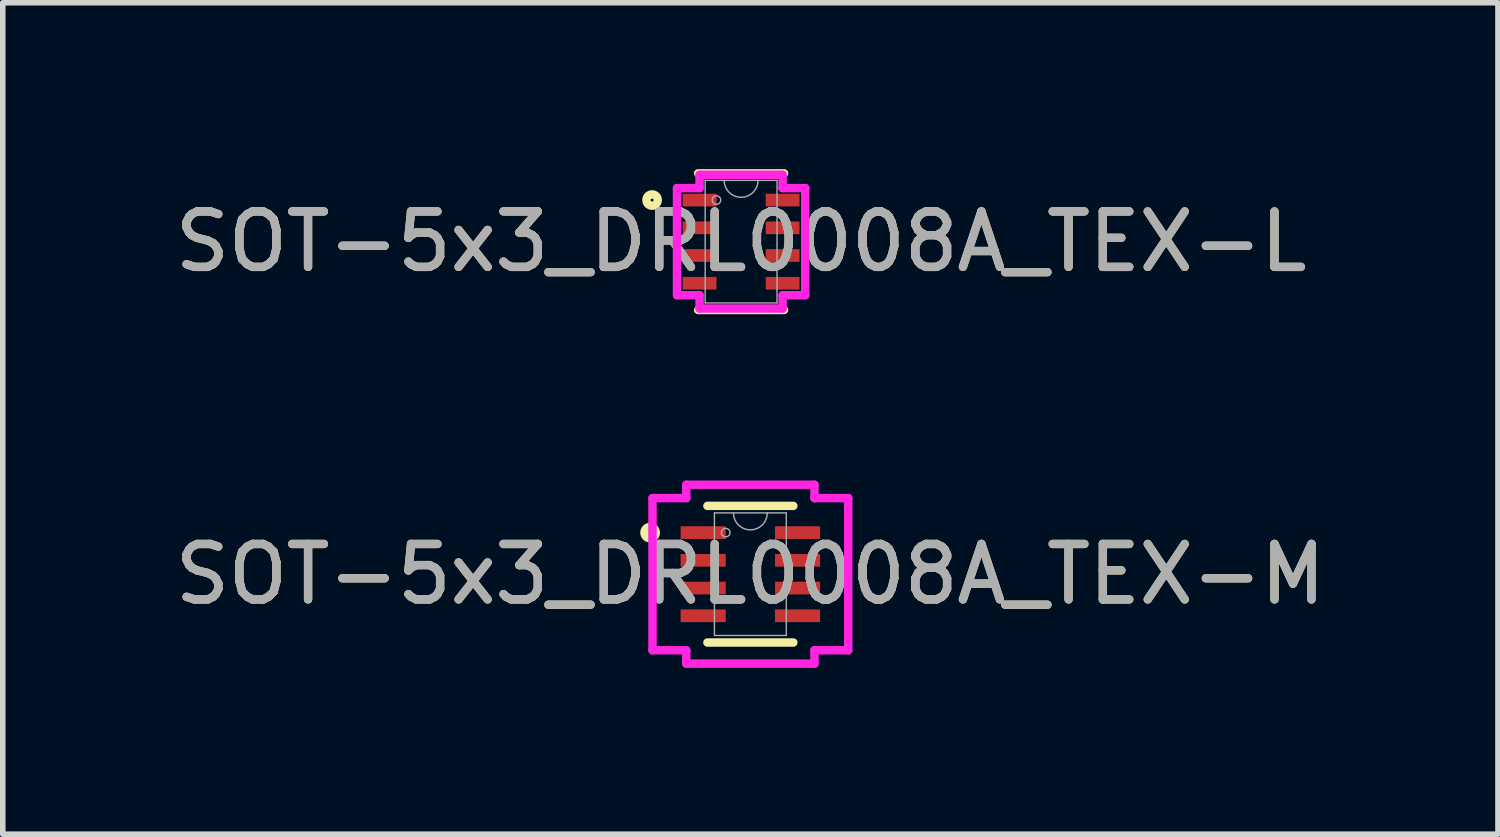
<source format=kicad_pcb>
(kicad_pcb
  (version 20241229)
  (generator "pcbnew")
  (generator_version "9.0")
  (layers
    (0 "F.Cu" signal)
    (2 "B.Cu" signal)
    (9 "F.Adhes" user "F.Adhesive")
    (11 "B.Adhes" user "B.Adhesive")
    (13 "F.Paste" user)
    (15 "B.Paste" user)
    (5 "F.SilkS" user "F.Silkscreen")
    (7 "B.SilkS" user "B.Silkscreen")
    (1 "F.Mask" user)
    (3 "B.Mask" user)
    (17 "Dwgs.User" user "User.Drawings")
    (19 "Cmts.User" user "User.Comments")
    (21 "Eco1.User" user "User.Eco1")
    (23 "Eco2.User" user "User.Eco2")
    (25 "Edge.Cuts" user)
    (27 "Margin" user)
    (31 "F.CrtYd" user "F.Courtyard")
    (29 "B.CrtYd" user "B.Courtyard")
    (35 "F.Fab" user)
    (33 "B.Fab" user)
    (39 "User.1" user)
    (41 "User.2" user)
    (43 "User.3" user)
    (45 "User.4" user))
  (footprint "SOT-5x3_DRL0008A_TEX-M"
    (layer "F.Cu")
    (at 10.482 7.305)
    (property "Reference" "SOT-5x3_DRL0008A_TEX-M" (at 0 0 0) (unlocked yes) (layer "F.SilkS") (effects (font (size 1 1) (thickness 0.15))))
    (attr smd)
    (fp_line (start -0.775 1.232) (end 0.775 1.232) (stroke (width 0.152) (type solid)) (layer "F.SilkS"))
    (fp_line (start 0.775 -1.232) (end -0.775 -1.232) (stroke (width 0.152) (type solid)) (layer "F.SilkS"))
    (fp_circle (center -1.808 -0.75) (end -1.706 -0.75) (stroke (width 0.152) (type solid)) (fill no) (layer "F.SilkS"))
    (fp_line (start -1.765 -1.372) (end -1.156 -1.372) (stroke (width 0.152) (type solid)) (layer "F.CrtYd"))
    (fp_line (start -1.765 1.372) (end -1.765 -1.372) (stroke (width 0.152) (type solid)) (layer "F.CrtYd"))
    (fp_line (start -1.765 1.372) (end -1.156 1.372) (stroke (width 0.152) (type solid)) (layer "F.CrtYd"))
    (fp_line (start -1.156 -1.613) (end 1.156 -1.613) (stroke (width 0.152) (type solid)) (layer "F.CrtYd"))
    (fp_line (start -1.156 -1.372) (end -1.156 -1.613) (stroke (width 0.152) (type solid)) (layer "F.CrtYd"))
    (fp_line (start -1.156 1.613) (end -1.156 1.372) (stroke (width 0.152) (type solid)) (layer "F.CrtYd"))
    (fp_line (start 1.156 -1.613) (end 1.156 -1.372) (stroke (width 0.152) (type solid)) (layer "F.CrtYd"))
    (fp_line (start 1.156 1.372) (end 1.156 1.613) (stroke (width 0.152) (type solid)) (layer "F.CrtYd"))
    (fp_line (start 1.156 1.613) (end -1.156 1.613) (stroke (width 0.152) (type solid)) (layer "F.CrtYd"))
    (fp_line (start 1.765 -1.372) (end 1.156 -1.372) (stroke (width 0.152) (type solid)) (layer "F.CrtYd"))
    (fp_line (start 1.765 -1.372) (end 1.765 1.372) (stroke (width 0.152) (type solid)) (layer "F.CrtYd"))
    (fp_line (start 1.765 1.372) (end 1.156 1.372) (stroke (width 0.152) (type solid)) (layer "F.CrtYd"))
    (fp_line (start -0.648 -1.105) (end -0.648 1.105) (stroke (width 0.025) (type solid)) (layer "F.Fab"))
    (fp_line (start -0.648 1.105) (end 0.648 1.105) (stroke (width 0.025) (type solid)) (layer "F.Fab"))
    (fp_line (start 0.648 -1.105) (end -0.648 -1.105) (stroke (width 0.025) (type solid)) (layer "F.Fab"))
    (fp_line (start 0.648 1.105) (end 0.648 -1.105) (stroke (width 0.025) (type solid)) (layer "F.Fab"))
    (fp_arc (start 0.3048 -1.1049) (mid 0 -0.8001) (end -0.3048 -1.1049) (stroke (width 0.0254) (type solid)) (layer "F.Fab"))
    (fp_circle (center -0.445 -0.75) (end -0.368 -0.75) (stroke (width 0.025) (type solid)) (fill no) (layer "F.Fab"))
    (fp_text user "${REFERENCE}" (at 0 0 0) (unlocked yes) (layer "F.Fab") (effects (font (size 1 1) (thickness 0.15))))
    (pad "1" smd rect (at -0.851 -0.75) (size 0.813 0.229) (layers "F.Cu" "F.Mask" "F.Paste"))
    (pad "2" smd rect (at -0.851 -0.25) (size 0.813 0.229) (layers "F.Cu" "F.Mask" "F.Paste"))
    (pad "3" smd rect (at -0.851 0.25) (size 0.813 0.229) (layers "F.Cu" "F.Mask" "F.Paste"))
    (pad "4" smd rect (at -0.851 0.75) (size 0.813 0.229) (layers "F.Cu" "F.Mask" "F.Paste"))
    (pad "5" smd rect (at 0.851 0.75) (size 0.813 0.229) (layers "F.Cu" "F.Mask" "F.Paste"))
    (pad "6" smd rect (at 0.851 0.25) (size 0.813 0.229) (layers "F.Cu" "F.Mask" "F.Paste"))
    (pad "7" smd rect (at 0.851 -0.25) (size 0.813 0.229) (layers "F.Cu" "F.Mask" "F.Paste"))
    (pad "8" smd rect (at 0.851 -0.75) (size 0.813 0.229) (layers "F.Cu" "F.Mask" "F.Paste")))
  (footprint "SOT-5x3_DRL0008A_TEX-L"
    (layer "F.Cu")
    (at 10.315 1.308)
    (property "Reference" "SOT-5x3_DRL0008A_TEX-L" (at 0 0 0) (unlocked yes) (layer "F.SilkS") (effects (font (size 1 1) (thickness 0.15))))
    (attr smd)
    (fp_line (start -0.775 1.232) (end 0.775 1.232) (stroke (width 0.152) (type solid)) (layer "F.SilkS"))
    (fp_line (start 0.775 -1.232) (end -0.775 -1.232) (stroke (width 0.152) (type solid)) (layer "F.SilkS"))
    (fp_circle (center -1.605 -0.75) (end -1.503 -0.75) (stroke (width 0.152) (type solid)) (fill no) (layer "F.SilkS"))
    (fp_line (start -1.156 -0.966) (end -0.749 -0.966) (stroke (width 0.152) (type solid)) (layer "F.CrtYd"))
    (fp_line (start -1.156 0.966) (end -1.156 -0.966) (stroke (width 0.152) (type solid)) (layer "F.CrtYd"))
    (fp_line (start -1.156 0.966) (end -0.749 0.966) (stroke (width 0.152) (type solid)) (layer "F.CrtYd"))
    (fp_line (start -0.749 -1.206) (end 0.749 -1.206) (stroke (width 0.152) (type solid)) (layer "F.CrtYd"))
    (fp_line (start -0.749 -0.966) (end -0.749 -1.206) (stroke (width 0.152) (type solid)) (layer "F.CrtYd"))
    (fp_line (start -0.749 1.206) (end -0.749 0.966) (stroke (width 0.152) (type solid)) (layer "F.CrtYd"))
    (fp_line (start 0.749 -1.206) (end 0.749 -0.966) (stroke (width 0.152) (type solid)) (layer "F.CrtYd"))
    (fp_line (start 0.749 0.966) (end 0.749 1.206) (stroke (width 0.152) (type solid)) (layer "F.CrtYd"))
    (fp_line (start 0.749 1.206) (end -0.749 1.206) (stroke (width 0.152) (type solid)) (layer "F.CrtYd"))
    (fp_line (start 1.156 -0.966) (end 0.749 -0.966) (stroke (width 0.152) (type solid)) (layer "F.CrtYd"))
    (fp_line (start 1.156 -0.966) (end 1.156 0.966) (stroke (width 0.152) (type solid)) (layer "F.CrtYd"))
    (fp_line (start 1.156 0.966) (end 0.749 0.966) (stroke (width 0.152) (type solid)) (layer "F.CrtYd"))
    (fp_line (start -0.648 -1.105) (end -0.648 1.105) (stroke (width 0.025) (type solid)) (layer "F.Fab"))
    (fp_line (start -0.648 1.105) (end 0.648 1.105) (stroke (width 0.025) (type solid)) (layer "F.Fab"))
    (fp_line (start 0.648 -1.105) (end -0.648 -1.105) (stroke (width 0.025) (type solid)) (layer "F.Fab"))
    (fp_line (start 0.648 1.105) (end 0.648 -1.105) (stroke (width 0.025) (type solid)) (layer "F.Fab"))
    (fp_arc (start 0.3048 -1.1049) (mid 0 -0.8001) (end -0.3048 -1.1049) (stroke (width 0.0254) (type solid)) (layer "F.Fab"))
    (fp_circle (center -0.445 -0.75) (end -0.368 -0.75) (stroke (width 0.025) (type solid)) (fill no) (layer "F.Fab"))
    (fp_text user "${REFERENCE}" (at 0 0 0) (unlocked yes) (layer "F.Fab") (effects (font (size 1 1) (thickness 0.15))))
    (pad "1" smd rect (at -0.749 -0.75) (size 0.61 0.229) (layers "F.Cu" "F.Mask" "F.Paste"))
    (pad "2" smd rect (at -0.749 -0.25) (size 0.61 0.229) (layers "F.Cu" "F.Mask" "F.Paste"))
    (pad "3" smd rect (at -0.749 0.25) (size 0.61 0.229) (layers "F.Cu" "F.Mask" "F.Paste"))
    (pad "4" smd rect (at -0.749 0.75) (size 0.61 0.229) (layers "F.Cu" "F.Mask" "F.Paste"))
    (pad "5" smd rect (at 0.749 0.75) (size 0.61 0.229) (layers "F.Cu" "F.Mask" "F.Paste"))
    (pad "6" smd rect (at 0.749 0.25) (size 0.61 0.229) (layers "F.Cu" "F.Mask" "F.Paste"))
    (pad "7" smd rect (at 0.749 -0.25) (size 0.61 0.229) (layers "F.Cu" "F.Mask" "F.Paste"))
    (pad "8" smd rect (at 0.749 -0.75) (size 0.61 0.229) (layers "F.Cu" "F.Mask" "F.Paste")))
  (gr_rect
    (start -3 -3)
    (end 23.964 11.994)
    (stroke (width 0.1) (type default))
    (fill no)
    (layer "Edge.Cuts")))
</source>
